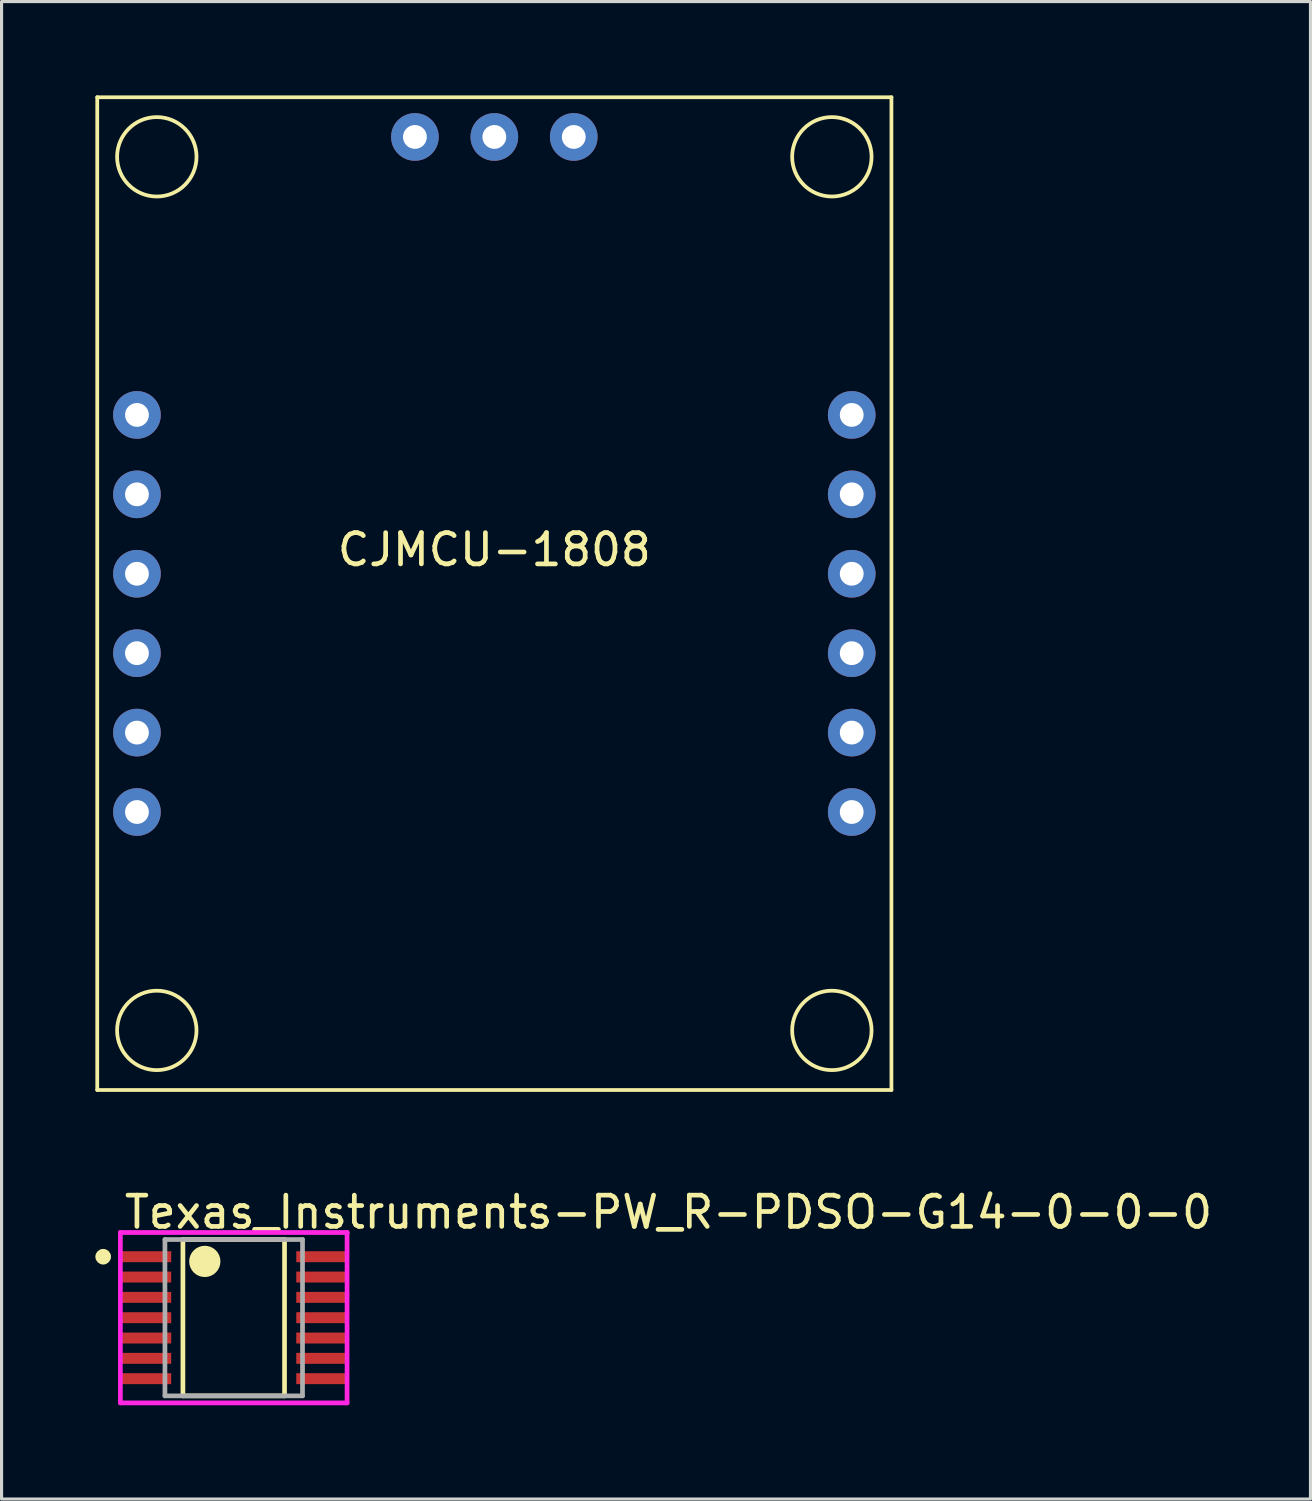
<source format=kicad_pcb>
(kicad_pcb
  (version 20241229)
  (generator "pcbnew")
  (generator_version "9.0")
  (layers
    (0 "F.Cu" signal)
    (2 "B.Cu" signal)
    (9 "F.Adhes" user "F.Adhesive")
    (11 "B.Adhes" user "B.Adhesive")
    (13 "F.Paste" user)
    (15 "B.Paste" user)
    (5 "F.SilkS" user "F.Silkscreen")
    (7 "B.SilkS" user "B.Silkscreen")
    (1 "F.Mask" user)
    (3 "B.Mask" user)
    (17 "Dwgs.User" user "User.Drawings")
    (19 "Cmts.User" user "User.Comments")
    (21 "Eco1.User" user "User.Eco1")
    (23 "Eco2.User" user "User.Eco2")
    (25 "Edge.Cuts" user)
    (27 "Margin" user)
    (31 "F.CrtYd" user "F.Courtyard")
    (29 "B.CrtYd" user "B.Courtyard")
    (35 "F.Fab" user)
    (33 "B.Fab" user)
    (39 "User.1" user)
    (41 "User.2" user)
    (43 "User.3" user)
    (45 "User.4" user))
  (footprint "Texas_Instruments-PW_R-PDSO-G14-0-0-0"
    (layer "F.Cu")
    (at 4.425 39.093)
    (property "Reference" "Texas_Instruments-PW_R-PDSO-G14-0-0-0" (at -3.575 -3.375 0) (layer "F.SilkS") (effects (font (size 1 1) (thickness 0.15)) (justify left)))
    (attr through_hole)
    (fp_line (start -1.625 -2.5) (end 1.625 -2.5) (stroke (width 0.15) (type solid)) (layer "F.SilkS"))
    (fp_line (start -1.625 2.5) (end -1.625 -2.5) (stroke (width 0.15) (type solid)) (layer "F.SilkS"))
    (fp_line (start 1.625 -2.5) (end 1.625 2.5) (stroke (width 0.15) (type solid)) (layer "F.SilkS"))
    (fp_line (start 1.625 2.5) (end -1.625 2.5) (stroke (width 0.15) (type solid)) (layer "F.SilkS"))
    (fp_circle (center -4.175 -1.95) (end -4.05 -1.95) (stroke (width 0.25) (type solid)) (fill no) (layer "F.SilkS"))
    (fp_circle (center -0.925 -1.8) (end -0.675 -1.8) (stroke (width 0.5) (type solid)) (fill no) (layer "F.SilkS"))
    (fp_line (start -3.625 -2.725) (end -3.625 2.725) (stroke (width 0.15) (type solid)) (layer "F.CrtYd"))
    (fp_line (start -3.625 2.725) (end 3.625 2.725) (stroke (width 0.15) (type solid)) (layer "F.CrtYd"))
    (fp_line (start 3.625 -2.725) (end -3.625 -2.725) (stroke (width 0.15) (type solid)) (layer "F.CrtYd"))
    (fp_line (start 3.625 -2.725) (end 3.625 -2.725) (stroke (width 0.15) (type solid)) (layer "F.CrtYd"))
    (fp_line (start 3.625 2.725) (end 3.625 -2.725) (stroke (width 0.15) (type solid)) (layer "F.CrtYd"))
    (fp_line (start -2.2 -2.5) (end 2.2 -2.5) (stroke (width 0.15) (type solid)) (layer "F.Fab"))
    (fp_line (start -2.2 2.5) (end -2.2 -2.5) (stroke (width 0.15) (type solid)) (layer "F.Fab"))
    (fp_line (start 2.2 -2.5) (end 2.2 2.5) (stroke (width 0.15) (type solid)) (layer "F.Fab"))
    (fp_line (start 2.2 2.5) (end -2.2 2.5) (stroke (width 0.15) (type solid)) (layer "F.Fab"))
    (pad "" smd rect (at -2.8 -1.95) (size 1.55 0.3) (layers "F.Paste"))
    (pad "" smd rect (at -2.8 -1.3) (size 1.55 0.3) (layers "F.Paste"))
    (pad "" smd rect (at -2.8 -0.65) (size 1.55 0.3) (layers "F.Paste"))
    (pad "" smd rect (at -2.8 0) (size 1.55 0.3) (layers "F.Paste"))
    (pad "" smd rect (at -2.8 0.65) (size 1.55 0.3) (layers "F.Paste"))
    (pad "" smd rect (at -2.8 1.3) (size 1.55 0.3) (layers "F.Paste"))
    (pad "" smd rect (at -2.8 1.95) (size 1.55 0.3) (layers "F.Paste"))
    (pad "" smd rect (at 2.8 -1.95) (size 1.55 0.3) (layers "F.Paste"))
    (pad "" smd rect (at 2.8 -1.3) (size 1.55 0.3) (layers "F.Paste"))
    (pad "" smd rect (at 2.8 -0.65) (size 1.55 0.3) (layers "F.Paste"))
    (pad "" smd rect (at 2.8 0) (size 1.55 0.3) (layers "F.Paste"))
    (pad "" smd rect (at 2.8 0.65) (size 1.55 0.3) (layers "F.Paste"))
    (pad "" smd rect (at 2.8 1.3) (size 1.55 0.3) (layers "F.Paste"))
    (pad "" smd rect (at 2.8 1.95) (size 1.55 0.3) (layers "F.Paste"))
    (pad "1" smd rect (at -2.8 -1.95) (size 1.6 0.35) (layers "F.Cu" "F.Mask"))
    (pad "2" smd rect (at -2.8 -1.3) (size 1.6 0.35) (layers "F.Cu" "F.Mask"))
    (pad "3" smd rect (at -2.8 -0.65) (size 1.6 0.35) (layers "F.Cu" "F.Mask"))
    (pad "4" smd rect (at -2.8 0) (size 1.6 0.35) (layers "F.Cu" "F.Mask"))
    (pad "5" smd rect (at -2.8 0.65) (size 1.6 0.35) (layers "F.Cu" "F.Mask"))
    (pad "6" smd rect (at -2.8 1.3) (size 1.6 0.35) (layers "F.Cu" "F.Mask"))
    (pad "7" smd rect (at -2.8 1.95) (size 1.6 0.35) (layers "F.Cu" "F.Mask"))
    (pad "8" smd rect (at 2.8 1.95) (size 1.6 0.35) (layers "F.Cu" "F.Mask"))
    (pad "9" smd rect (at 2.8 1.3) (size 1.6 0.35) (layers "F.Cu" "F.Mask"))
    (pad "10" smd rect (at 2.8 0.65) (size 1.6 0.35) (layers "F.Cu" "F.Mask"))
    (pad "11" smd rect (at 2.8 0) (size 1.6 0.35) (layers "F.Cu" "F.Mask"))
    (pad "12" smd rect (at 2.8 -0.65) (size 1.6 0.35) (layers "F.Cu" "F.Mask"))
    (pad "13" smd rect (at 2.8 -1.3) (size 1.6 0.35) (layers "F.Cu" "F.Mask"))
    (pad "14" smd rect (at 2.8 -1.95) (size 1.6 0.35) (layers "F.Cu" "F.Mask")))
  (footprint "CJMCU-1808"
    (layer "F.Cu")
    (at 12.76 12.76)
    (property "Reference" "CJMCU-1808" (at 0 1.77 0) (layer "F.SilkS") (effects (font (size 1 1) (thickness 0.15))))
    (attr through_hole)
    (fp_line (start -12.7 -12.7) (end 12.7 -12.7) (stroke (width 0.12) (type solid)) (layer "F.SilkS"))
    (fp_line (start -12.7 19.05) (end -12.7 -12.7) (stroke (width 0.12) (type solid)) (layer "F.SilkS"))
    (fp_line (start 12.7 -12.7) (end 12.7 19.05) (stroke (width 0.12) (type solid)) (layer "F.SilkS"))
    (fp_line (start 12.7 19.05) (end -12.7 19.05) (stroke (width 0.12) (type solid)) (layer "F.SilkS"))
    (fp_circle (center -10.795 -10.795) (end -9.525 -10.795) (stroke (width 0.12) (type solid)) (fill no) (layer "F.SilkS"))
    (fp_circle (center -10.795 17.145) (end -9.525 17.145) (stroke (width 0.12) (type solid)) (fill no) (layer "F.SilkS"))
    (fp_circle (center 10.795 -10.795) (end 12.065 -10.795) (stroke (width 0.12) (type solid)) (fill no) (layer "F.SilkS"))
    (fp_circle (center 10.795 17.145) (end 12.065 17.145) (stroke (width 0.12) (type solid)) (fill no) (layer "F.SilkS"))
    (pad "1" thru_hole circle (at -11.43 10.16) (size 1.524 1.524) (drill 0.762) (layers "*.Cu" "*.Mask"))
    (pad "2" thru_hole circle (at -11.43 7.62) (size 1.524 1.524) (drill 0.762) (layers "*.Cu" "*.Mask"))
    (pad "3" thru_hole circle (at -11.43 5.08) (size 1.524 1.524) (drill 0.762) (layers "*.Cu" "*.Mask"))
    (pad "4" thru_hole circle (at -11.43 2.54) (size 1.524 1.524) (drill 0.762) (layers "*.Cu" "*.Mask"))
    (pad "5" thru_hole circle (at -11.43 0) (size 1.524 1.524) (drill 0.762) (layers "*.Cu" "*.Mask"))
    (pad "6" thru_hole circle (at -11.43 -2.54) (size 1.524 1.524) (drill 0.762) (layers "*.Cu" "*.Mask"))
    (pad "7" thru_hole circle (at -2.54 -11.43) (size 1.524 1.524) (drill 0.762) (layers "*.Cu" "*.Mask"))
    (pad "8" thru_hole circle (at 0 -11.43) (size 1.524 1.524) (drill 0.762) (layers "*.Cu" "*.Mask"))
    (pad "9" thru_hole circle (at 2.54 -11.43) (size 1.524 1.524) (drill 0.762) (layers "*.Cu" "*.Mask"))
    (pad "10" thru_hole circle (at 11.43 -2.54) (size 1.524 1.524) (drill 0.762) (layers "*.Cu" "*.Mask"))
    (pad "11" thru_hole circle (at 11.43 0) (size 1.524 1.524) (drill 0.762) (layers "*.Cu" "*.Mask"))
    (pad "12" thru_hole circle (at 11.43 2.54) (size 1.524 1.524) (drill 0.762) (layers "*.Cu" "*.Mask"))
    (pad "13" thru_hole circle (at 11.43 5.08) (size 1.524 1.524) (drill 0.762) (layers "*.Cu" "*.Mask"))
    (pad "14" thru_hole circle (at 11.43 7.62) (size 1.524 1.524) (drill 0.762) (layers "*.Cu" "*.Mask"))
    (pad "15" thru_hole circle (at 11.43 10.16) (size 1.524 1.524) (drill 0.762) (layers "*.Cu" "*.Mask")))
  (gr_rect
    (start -3 -3)
    (end 38.862 44.893)
    (stroke (width 0.1) (type default))
    (fill no)
    (layer "Edge.Cuts")))
</source>
